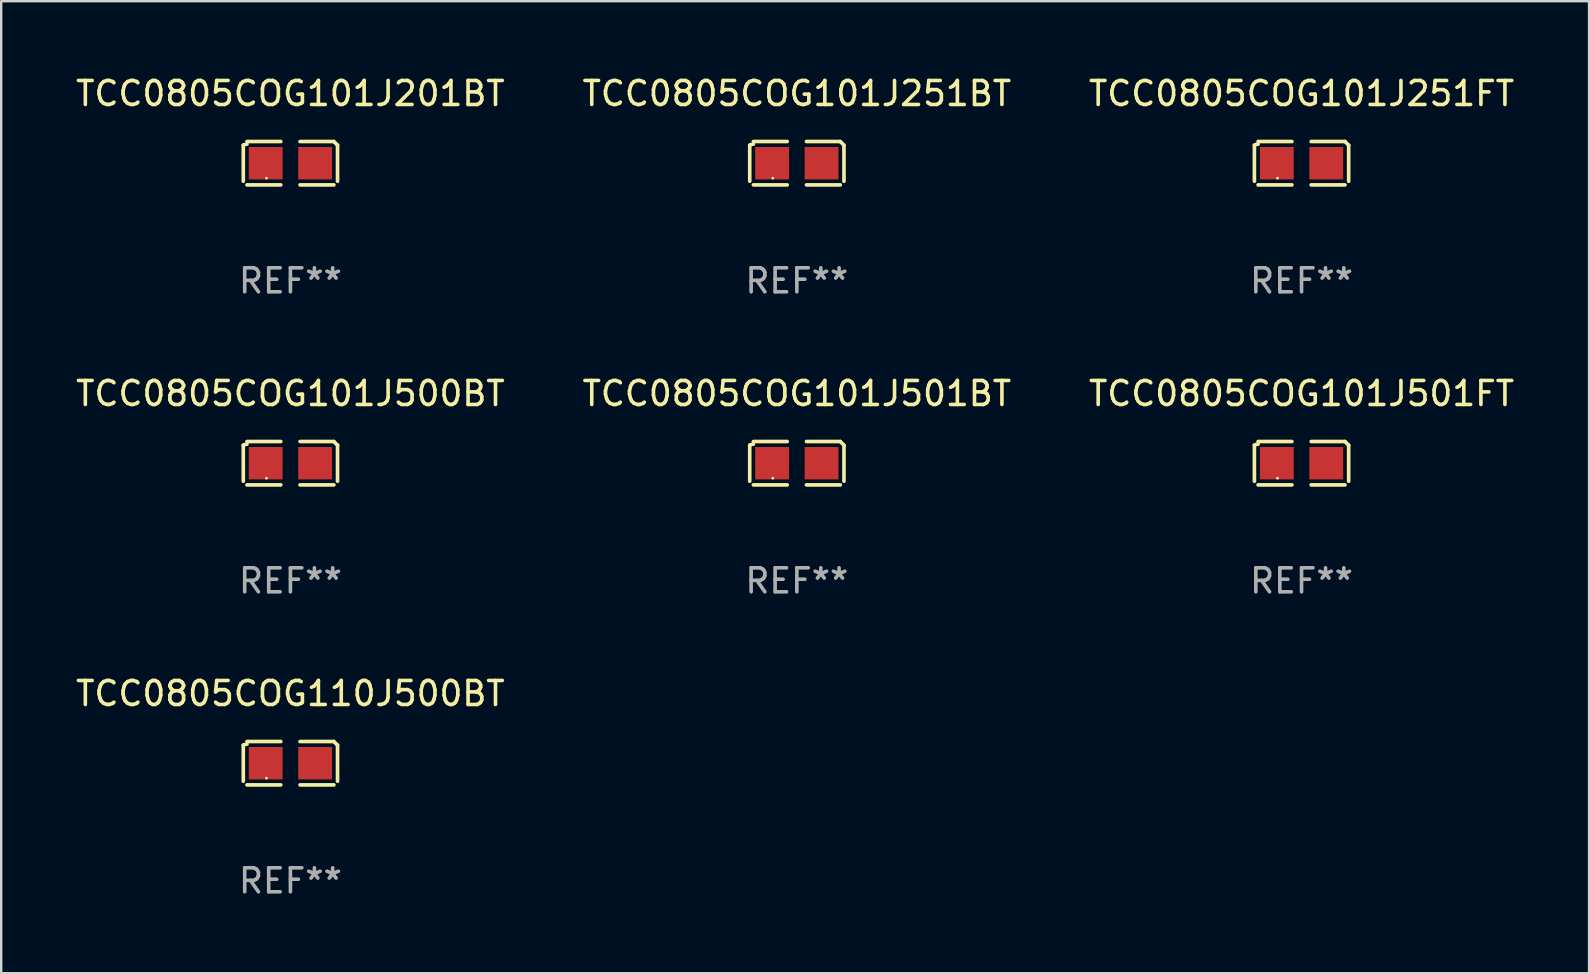
<source format=kicad_pcb>
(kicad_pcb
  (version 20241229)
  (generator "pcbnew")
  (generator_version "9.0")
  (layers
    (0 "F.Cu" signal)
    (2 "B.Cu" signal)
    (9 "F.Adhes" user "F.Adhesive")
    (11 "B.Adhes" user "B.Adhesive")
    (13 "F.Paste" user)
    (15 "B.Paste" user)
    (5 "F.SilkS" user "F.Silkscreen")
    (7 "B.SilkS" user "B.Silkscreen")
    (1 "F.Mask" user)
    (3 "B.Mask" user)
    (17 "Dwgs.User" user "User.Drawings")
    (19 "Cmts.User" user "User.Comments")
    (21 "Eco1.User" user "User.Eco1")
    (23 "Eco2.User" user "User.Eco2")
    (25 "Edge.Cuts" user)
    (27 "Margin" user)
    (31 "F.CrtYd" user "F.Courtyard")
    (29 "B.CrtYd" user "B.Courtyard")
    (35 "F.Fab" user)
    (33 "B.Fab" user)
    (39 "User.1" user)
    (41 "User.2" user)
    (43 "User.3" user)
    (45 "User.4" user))
  (footprint "TCC0805COG101J501BT"
    (layer "F.Cu")
    (at 30.161 16.256)
    (property "Reference" "TCC0805COG101J501BT" (at 0 -2.904 0) (layer "F.SilkS") (effects (font (size 1 1) (thickness 0.15))))
    (attr through_hole)
    (fp_line (start -1.964 0.751) (end -1.964 -0.751) (stroke (width 0.152) (type solid)) (layer "F.SilkS"))
    (fp_line (start -1.811 -0.904) (end -0.401 -0.904) (stroke (width 0.152) (type solid)) (layer "F.SilkS"))
    (fp_line (start -0.401 0.904) (end -1.811 0.904) (stroke (width 0.152) (type solid)) (layer "F.SilkS"))
    (fp_line (start 0.401 0.904) (end 1.811 0.904) (stroke (width 0.152) (type solid)) (layer "F.SilkS"))
    (fp_line (start 1.811 -0.904) (end 0.401 -0.904) (stroke (width 0.152) (type solid)) (layer "F.SilkS"))
    (fp_line (start 1.964 0.751) (end 1.964 -0.751) (stroke (width 0.152) (type solid)) (layer "F.SilkS"))
    (fp_arc (start -1.963602 -0.751207) (mid -1.890354 -0.783131) (end -1.811201 -0.794044) (stroke (width 0.1524) (type solid)) (layer "F.SilkS"))
    (fp_arc (start 1.811202 -0.903607) (mid 1.887413 -0.827418) (end 1.963602 -0.751207) (stroke (width 0.1524) (type solid)) (layer "F.SilkS"))
    (fp_circle (center -1 0.625) (end -0.97 0.625) (stroke (width 0.06) (type solid)) (fill no) (layer "F.SilkS"))
    (fp_text user "REF**" (at 0 4.904 0) (layer "F.Fab") (effects (font (size 1 1) (thickness 0.15))))
    (pad "1" smd rect (at -1.03 0) (size 1.41 1.35) (layers "F.Cu" "F.Mask" "F.Paste"))
    (pad "2" smd rect (at 1.03 0) (size 1.41 1.35) (layers "F.Cu" "F.Mask" "F.Paste")))
  (footprint "TCC0805COG101J251BT"
    (layer "F.Cu")
    (at 30.161 3.752)
    (property "Reference" "TCC0805COG101J251BT" (at 0 -2.904 0) (layer "F.SilkS") (effects (font (size 1 1) (thickness 0.15))))
    (attr through_hole)
    (fp_line (start -1.964 0.751) (end -1.964 -0.751) (stroke (width 0.152) (type solid)) (layer "F.SilkS"))
    (fp_line (start -1.811 -0.904) (end -0.401 -0.904) (stroke (width 0.152) (type solid)) (layer "F.SilkS"))
    (fp_line (start -0.401 0.904) (end -1.811 0.904) (stroke (width 0.152) (type solid)) (layer "F.SilkS"))
    (fp_line (start 0.401 0.904) (end 1.811 0.904) (stroke (width 0.152) (type solid)) (layer "F.SilkS"))
    (fp_line (start 1.811 -0.904) (end 0.401 -0.904) (stroke (width 0.152) (type solid)) (layer "F.SilkS"))
    (fp_line (start 1.964 0.751) (end 1.964 -0.751) (stroke (width 0.152) (type solid)) (layer "F.SilkS"))
    (fp_arc (start -1.963602 -0.751207) (mid -1.890354 -0.783131) (end -1.811201 -0.794044) (stroke (width 0.1524) (type solid)) (layer "F.SilkS"))
    (fp_arc (start 1.811202 -0.903607) (mid 1.887413 -0.827418) (end 1.963602 -0.751207) (stroke (width 0.1524) (type solid)) (layer "F.SilkS"))
    (fp_circle (center -1 0.625) (end -0.97 0.625) (stroke (width 0.06) (type solid)) (fill no) (layer "F.SilkS"))
    (fp_text user "REF**" (at 0 4.904 0) (layer "F.Fab") (effects (font (size 1 1) (thickness 0.15))))
    (pad "1" smd rect (at -1.03 0) (size 1.41 1.35) (layers "F.Cu" "F.Mask" "F.Paste"))
    (pad "2" smd rect (at 1.03 0) (size 1.41 1.35) (layers "F.Cu" "F.Mask" "F.Paste")))
  (footprint "TCC0805COG101J201BT"
    (layer "F.Cu")
    (at 9.054 3.752)
    (property "Reference" "TCC0805COG101J201BT" (at 0 -2.904 0) (layer "F.SilkS") (effects (font (size 1 1) (thickness 0.15))))
    (attr through_hole)
    (fp_line (start -1.964 0.751) (end -1.964 -0.751) (stroke (width 0.152) (type solid)) (layer "F.SilkS"))
    (fp_line (start -1.811 -0.904) (end -0.401 -0.904) (stroke (width 0.152) (type solid)) (layer "F.SilkS"))
    (fp_line (start -0.401 0.904) (end -1.811 0.904) (stroke (width 0.152) (type solid)) (layer "F.SilkS"))
    (fp_line (start 0.401 0.904) (end 1.811 0.904) (stroke (width 0.152) (type solid)) (layer "F.SilkS"))
    (fp_line (start 1.811 -0.904) (end 0.401 -0.904) (stroke (width 0.152) (type solid)) (layer "F.SilkS"))
    (fp_line (start 1.964 0.751) (end 1.964 -0.751) (stroke (width 0.152) (type solid)) (layer "F.SilkS"))
    (fp_arc (start -1.963602 -0.751207) (mid -1.890354 -0.783131) (end -1.811201 -0.794044) (stroke (width 0.1524) (type solid)) (layer "F.SilkS"))
    (fp_arc (start 1.811202 -0.903607) (mid 1.887413 -0.827418) (end 1.963602 -0.751207) (stroke (width 0.1524) (type solid)) (layer "F.SilkS"))
    (fp_circle (center -1 0.625) (end -0.97 0.625) (stroke (width 0.06) (type solid)) (fill no) (layer "F.SilkS"))
    (fp_text user "REF**" (at 0 4.904 0) (layer "F.Fab") (effects (font (size 1 1) (thickness 0.15))))
    (pad "1" smd rect (at -1.03 0) (size 1.41 1.35) (layers "F.Cu" "F.Mask" "F.Paste"))
    (pad "2" smd rect (at 1.03 0) (size 1.41 1.35) (layers "F.Cu" "F.Mask" "F.Paste")))
  (footprint "TCC0805COG101J501FT"
    (layer "F.Cu")
    (at 51.196 16.256)
    (property "Reference" "TCC0805COG101J501FT" (at 0 -2.904 0) (layer "F.SilkS") (effects (font (size 1 1) (thickness 0.15))))
    (attr through_hole)
    (fp_line (start -1.964 0.751) (end -1.964 -0.751) (stroke (width 0.152) (type solid)) (layer "F.SilkS"))
    (fp_line (start -1.811 -0.904) (end -0.401 -0.904) (stroke (width 0.152) (type solid)) (layer "F.SilkS"))
    (fp_line (start -0.401 0.904) (end -1.811 0.904) (stroke (width 0.152) (type solid)) (layer "F.SilkS"))
    (fp_line (start 0.401 0.904) (end 1.811 0.904) (stroke (width 0.152) (type solid)) (layer "F.SilkS"))
    (fp_line (start 1.811 -0.904) (end 0.401 -0.904) (stroke (width 0.152) (type solid)) (layer "F.SilkS"))
    (fp_line (start 1.964 0.751) (end 1.964 -0.751) (stroke (width 0.152) (type solid)) (layer "F.SilkS"))
    (fp_arc (start -1.963602 -0.751207) (mid -1.890354 -0.783131) (end -1.811201 -0.794044) (stroke (width 0.1524) (type solid)) (layer "F.SilkS"))
    (fp_arc (start 1.811202 -0.903607) (mid 1.887413 -0.827418) (end 1.963602 -0.751207) (stroke (width 0.1524) (type solid)) (layer "F.SilkS"))
    (fp_circle (center -1 0.625) (end -0.97 0.625) (stroke (width 0.06) (type solid)) (fill no) (layer "F.SilkS"))
    (fp_text user "REF**" (at 0 4.904 0) (layer "F.Fab") (effects (font (size 1 1) (thickness 0.15))))
    (pad "1" smd rect (at -1.03 0) (size 1.41 1.35) (layers "F.Cu" "F.Mask" "F.Paste"))
    (pad "2" smd rect (at 1.03 0) (size 1.41 1.35) (layers "F.Cu" "F.Mask" "F.Paste")))
  (footprint "TCC0805COG101J251FT"
    (layer "F.Cu")
    (at 51.196 3.752)
    (property "Reference" "TCC0805COG101J251FT" (at 0 -2.904 0) (layer "F.SilkS") (effects (font (size 1 1) (thickness 0.15))))
    (attr through_hole)
    (fp_line (start -1.964 0.751) (end -1.964 -0.751) (stroke (width 0.152) (type solid)) (layer "F.SilkS"))
    (fp_line (start -1.811 -0.904) (end -0.401 -0.904) (stroke (width 0.152) (type solid)) (layer "F.SilkS"))
    (fp_line (start -0.401 0.904) (end -1.811 0.904) (stroke (width 0.152) (type solid)) (layer "F.SilkS"))
    (fp_line (start 0.401 0.904) (end 1.811 0.904) (stroke (width 0.152) (type solid)) (layer "F.SilkS"))
    (fp_line (start 1.811 -0.904) (end 0.401 -0.904) (stroke (width 0.152) (type solid)) (layer "F.SilkS"))
    (fp_line (start 1.964 0.751) (end 1.964 -0.751) (stroke (width 0.152) (type solid)) (layer "F.SilkS"))
    (fp_arc (start -1.963602 -0.751207) (mid -1.890354 -0.783131) (end -1.811201 -0.794044) (stroke (width 0.1524) (type solid)) (layer "F.SilkS"))
    (fp_arc (start 1.811202 -0.903607) (mid 1.887413 -0.827418) (end 1.963602 -0.751207) (stroke (width 0.1524) (type solid)) (layer "F.SilkS"))
    (fp_circle (center -1 0.625) (end -0.97 0.625) (stroke (width 0.06) (type solid)) (fill no) (layer "F.SilkS"))
    (fp_text user "REF**" (at 0 4.904 0) (layer "F.Fab") (effects (font (size 1 1) (thickness 0.15))))
    (pad "1" smd rect (at -1.03 0) (size 1.41 1.35) (layers "F.Cu" "F.Mask" "F.Paste"))
    (pad "2" smd rect (at 1.03 0) (size 1.41 1.35) (layers "F.Cu" "F.Mask" "F.Paste")))
  (footprint "TCC0805COG101J500BT"
    (layer "F.Cu")
    (at 9.054 16.256)
    (property "Reference" "TCC0805COG101J500BT" (at 0 -2.904 0) (layer "F.SilkS") (effects (font (size 1 1) (thickness 0.15))))
    (attr through_hole)
    (fp_line (start -1.964 0.751) (end -1.964 -0.751) (stroke (width 0.152) (type solid)) (layer "F.SilkS"))
    (fp_line (start -1.811 -0.904) (end -0.401 -0.904) (stroke (width 0.152) (type solid)) (layer "F.SilkS"))
    (fp_line (start -0.401 0.904) (end -1.811 0.904) (stroke (width 0.152) (type solid)) (layer "F.SilkS"))
    (fp_line (start 0.401 0.904) (end 1.811 0.904) (stroke (width 0.152) (type solid)) (layer "F.SilkS"))
    (fp_line (start 1.811 -0.904) (end 0.401 -0.904) (stroke (width 0.152) (type solid)) (layer "F.SilkS"))
    (fp_line (start 1.964 0.751) (end 1.964 -0.751) (stroke (width 0.152) (type solid)) (layer "F.SilkS"))
    (fp_arc (start -1.963602 -0.751207) (mid -1.890354 -0.783131) (end -1.811201 -0.794044) (stroke (width 0.1524) (type solid)) (layer "F.SilkS"))
    (fp_arc (start 1.811202 -0.903607) (mid 1.887413 -0.827418) (end 1.963602 -0.751207) (stroke (width 0.1524) (type solid)) (layer "F.SilkS"))
    (fp_circle (center -1 0.625) (end -0.97 0.625) (stroke (width 0.06) (type solid)) (fill no) (layer "F.SilkS"))
    (fp_text user "REF**" (at 0 4.904 0) (layer "F.Fab") (effects (font (size 1 1) (thickness 0.15))))
    (pad "1" smd rect (at -1.03 0) (size 1.41 1.35) (layers "F.Cu" "F.Mask" "F.Paste"))
    (pad "2" smd rect (at 1.03 0) (size 1.41 1.35) (layers "F.Cu" "F.Mask" "F.Paste")))
  (footprint "TCC0805COG110J500BT"
    (layer "F.Cu")
    (at 9.054 28.759)
    (property "Reference" "TCC0805COG110J500BT" (at 0 -2.904 0) (layer "F.SilkS") (effects (font (size 1 1) (thickness 0.15))))
    (attr through_hole)
    (fp_line (start -1.964 0.751) (end -1.964 -0.751) (stroke (width 0.152) (type solid)) (layer "F.SilkS"))
    (fp_line (start -1.811 -0.904) (end -0.401 -0.904) (stroke (width 0.152) (type solid)) (layer "F.SilkS"))
    (fp_line (start -0.401 0.904) (end -1.811 0.904) (stroke (width 0.152) (type solid)) (layer "F.SilkS"))
    (fp_line (start 0.401 0.904) (end 1.811 0.904) (stroke (width 0.152) (type solid)) (layer "F.SilkS"))
    (fp_line (start 1.811 -0.904) (end 0.401 -0.904) (stroke (width 0.152) (type solid)) (layer "F.SilkS"))
    (fp_line (start 1.964 0.751) (end 1.964 -0.751) (stroke (width 0.152) (type solid)) (layer "F.SilkS"))
    (fp_arc (start -1.963602 -0.751207) (mid -1.890354 -0.783131) (end -1.811201 -0.794044) (stroke (width 0.1524) (type solid)) (layer "F.SilkS"))
    (fp_arc (start 1.811202 -0.903607) (mid 1.887413 -0.827418) (end 1.963602 -0.751207) (stroke (width 0.1524) (type solid)) (layer "F.SilkS"))
    (fp_circle (center -1 0.625) (end -0.97 0.625) (stroke (width 0.06) (type solid)) (fill no) (layer "F.SilkS"))
    (fp_text user "REF**" (at 0 4.904 0) (layer "F.Fab") (effects (font (size 1 1) (thickness 0.15))))
    (pad "1" smd rect (at -1.03 0) (size 1.41 1.35) (layers "F.Cu" "F.Mask" "F.Paste"))
    (pad "2" smd rect (at 1.03 0) (size 1.41 1.35) (layers "F.Cu" "F.Mask" "F.Paste")))
  (gr_rect
    (start -3 -3)
    (end 63.179 37.511)
    (stroke (width 0.1) (type default))
    (fill no)
    (layer "Edge.Cuts")))
</source>
